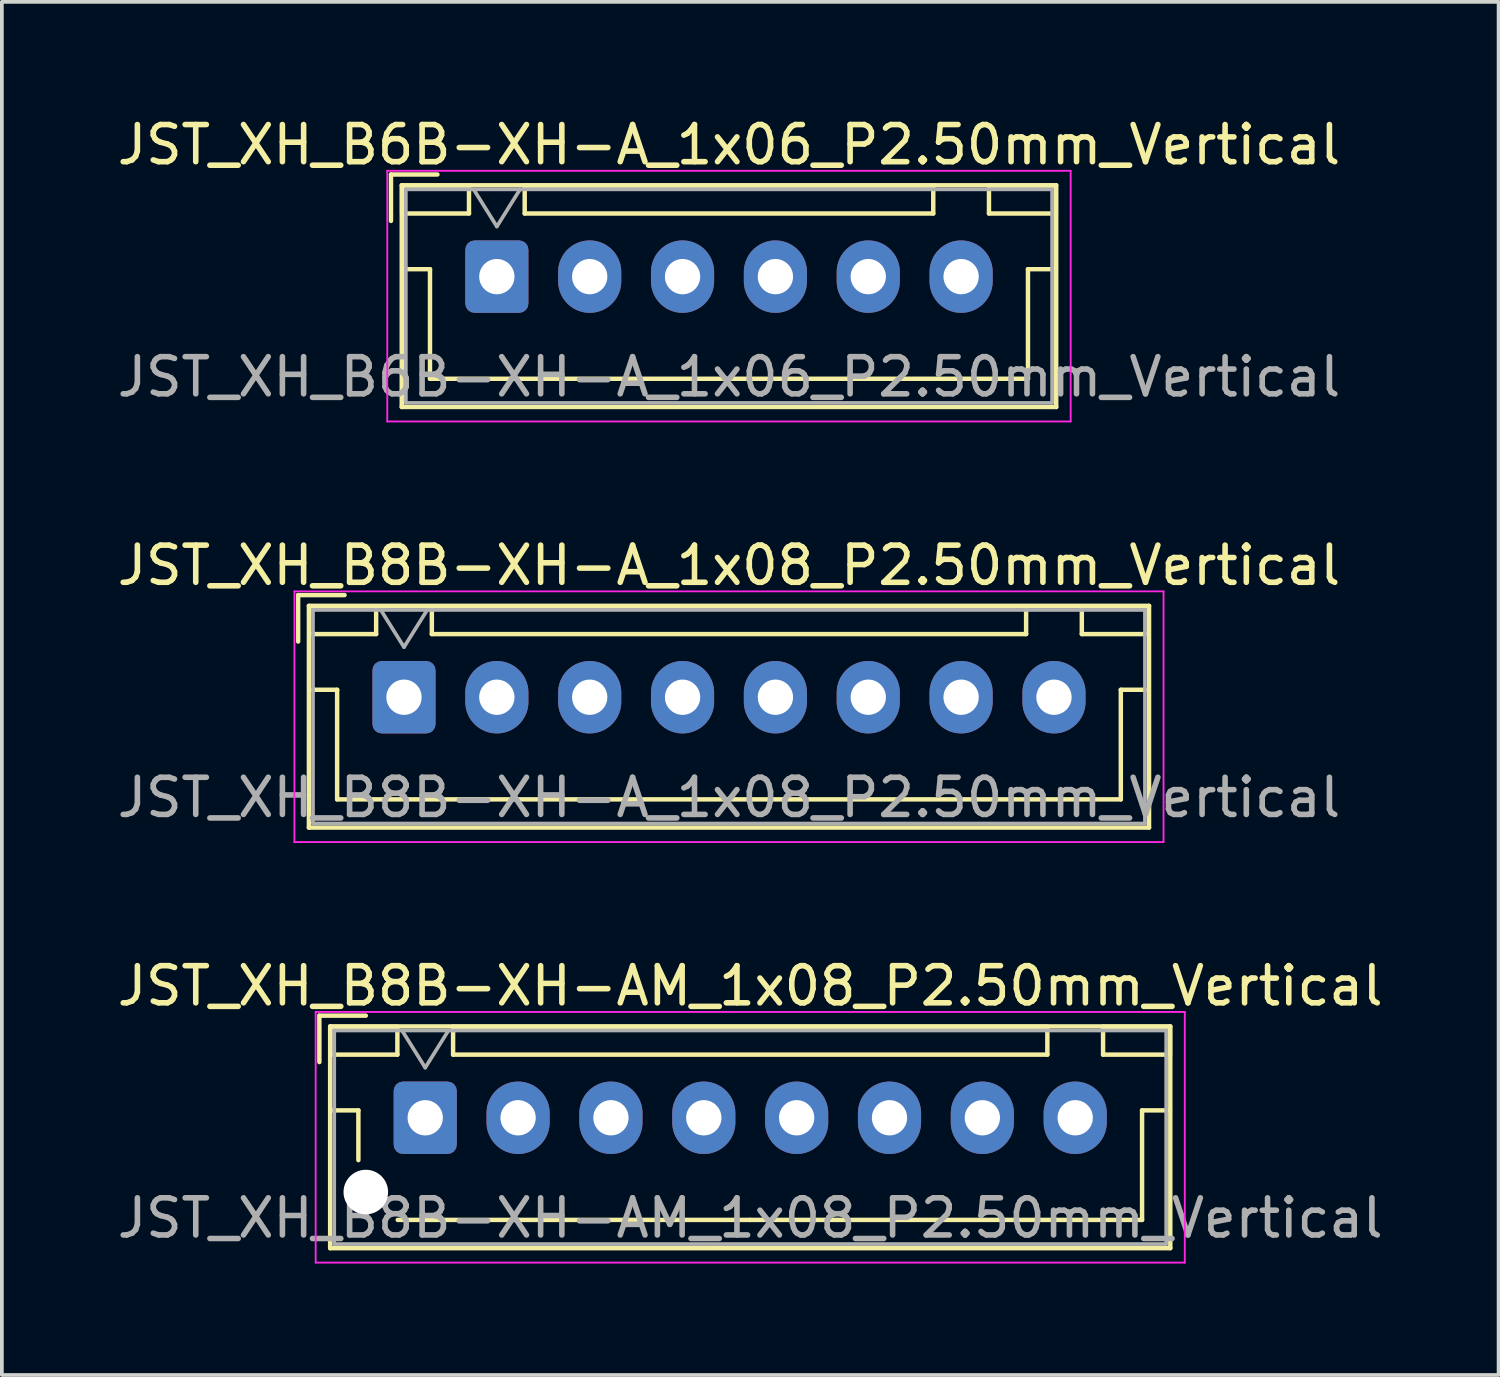
<source format=kicad_pcb>
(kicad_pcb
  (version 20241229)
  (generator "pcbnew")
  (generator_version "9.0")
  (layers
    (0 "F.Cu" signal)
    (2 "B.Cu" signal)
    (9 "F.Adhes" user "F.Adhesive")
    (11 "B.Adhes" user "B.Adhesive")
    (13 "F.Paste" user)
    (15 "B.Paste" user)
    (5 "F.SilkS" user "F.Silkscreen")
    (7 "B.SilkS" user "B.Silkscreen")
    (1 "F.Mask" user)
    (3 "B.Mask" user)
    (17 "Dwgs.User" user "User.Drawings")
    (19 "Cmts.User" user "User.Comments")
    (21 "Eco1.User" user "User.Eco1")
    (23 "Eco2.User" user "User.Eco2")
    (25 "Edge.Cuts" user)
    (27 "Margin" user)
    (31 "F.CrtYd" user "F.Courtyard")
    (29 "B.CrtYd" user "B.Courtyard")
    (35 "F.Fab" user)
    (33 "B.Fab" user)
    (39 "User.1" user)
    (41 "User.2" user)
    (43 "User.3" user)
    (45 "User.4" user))
  (footprint "JST_XH_B8B-XH-AM_1x08_P2.50mm_Vertical"
    (layer "F.Cu")
    (at 8.399 27.045)
    (property "Reference" "JST_XH_B8B-XH-AM_1x08_P2.50mm_Vertical" (at 8.75 -3.55 0) (layer "F.SilkS") (effects (font (size 1 1) (thickness 0.15))))
    (attr through_hole)
    (fp_line (start -2.85 -2.75) (end -2.85 -1.5) (stroke (width 0.12) (type solid)) (layer "F.SilkS"))
    (fp_line (start -2.56 -2.46) (end -2.56 3.51) (stroke (width 0.12) (type solid)) (layer "F.SilkS"))
    (fp_line (start -2.56 3.51) (end 20.06 3.51) (stroke (width 0.12) (type solid)) (layer "F.SilkS"))
    (fp_line (start -2.55 -2.45) (end -2.55 -1.7) (stroke (width 0.12) (type solid)) (layer "F.SilkS"))
    (fp_line (start -2.55 -1.7) (end -0.75 -1.7) (stroke (width 0.12) (type solid)) (layer "F.SilkS"))
    (fp_line (start -2.55 -0.2) (end -1.8 -0.2) (stroke (width 0.12) (type solid)) (layer "F.SilkS"))
    (fp_line (start -1.8 -0.2) (end -1.8 1.14) (stroke (width 0.12) (type solid)) (layer "F.SilkS"))
    (fp_line (start -1.6 -2.75) (end -2.85 -2.75) (stroke (width 0.12) (type solid)) (layer "F.SilkS"))
    (fp_line (start -0.75 -2.45) (end -2.55 -2.45) (stroke (width 0.12) (type solid)) (layer "F.SilkS"))
    (fp_line (start -0.75 -1.7) (end -0.75 -2.45) (stroke (width 0.12) (type solid)) (layer "F.SilkS"))
    (fp_line (start 0.75 -2.45) (end 0.75 -1.7) (stroke (width 0.12) (type solid)) (layer "F.SilkS"))
    (fp_line (start 0.75 -1.7) (end 16.75 -1.7) (stroke (width 0.12) (type solid)) (layer "F.SilkS"))
    (fp_line (start 8.75 2.75) (end -0.74 2.75) (stroke (width 0.12) (type solid)) (layer "F.SilkS"))
    (fp_line (start 16.75 -2.45) (end 0.75 -2.45) (stroke (width 0.12) (type solid)) (layer "F.SilkS"))
    (fp_line (start 16.75 -1.7) (end 16.75 -2.45) (stroke (width 0.12) (type solid)) (layer "F.SilkS"))
    (fp_line (start 18.25 -2.45) (end 18.25 -1.7) (stroke (width 0.12) (type solid)) (layer "F.SilkS"))
    (fp_line (start 18.25 -1.7) (end 20.05 -1.7) (stroke (width 0.12) (type solid)) (layer "F.SilkS"))
    (fp_line (start 19.3 -0.2) (end 19.3 2.75) (stroke (width 0.12) (type solid)) (layer "F.SilkS"))
    (fp_line (start 19.3 2.75) (end 8.75 2.75) (stroke (width 0.12) (type solid)) (layer "F.SilkS"))
    (fp_line (start 20.05 -2.45) (end 18.25 -2.45) (stroke (width 0.12) (type solid)) (layer "F.SilkS"))
    (fp_line (start 20.05 -1.7) (end 20.05 -2.45) (stroke (width 0.12) (type solid)) (layer "F.SilkS"))
    (fp_line (start 20.05 -0.2) (end 19.3 -0.2) (stroke (width 0.12) (type solid)) (layer "F.SilkS"))
    (fp_line (start 20.06 -2.46) (end -2.56 -2.46) (stroke (width 0.12) (type solid)) (layer "F.SilkS"))
    (fp_line (start 20.06 3.51) (end 20.06 -2.46) (stroke (width 0.12) (type solid)) (layer "F.SilkS"))
    (fp_line (start -2.95 -2.85) (end -2.95 3.9) (stroke (width 0.05) (type solid)) (layer "F.CrtYd"))
    (fp_line (start -2.95 3.9) (end 20.45 3.9) (stroke (width 0.05) (type solid)) (layer "F.CrtYd"))
    (fp_line (start 20.45 -2.85) (end -2.95 -2.85) (stroke (width 0.05) (type solid)) (layer "F.CrtYd"))
    (fp_line (start 20.45 3.9) (end 20.45 -2.85) (stroke (width 0.05) (type solid)) (layer "F.CrtYd"))
    (fp_line (start -2.45 -2.35) (end -2.45 3.4) (stroke (width 0.1) (type solid)) (layer "F.Fab"))
    (fp_line (start -2.45 3.4) (end 19.95 3.4) (stroke (width 0.1) (type solid)) (layer "F.Fab"))
    (fp_line (start -0.625 -2.35) (end 0 -1.35) (stroke (width 0.1) (type solid)) (layer "F.Fab"))
    (fp_line (start 0 -1.35) (end 0.625 -2.35) (stroke (width 0.1) (type solid)) (layer "F.Fab"))
    (fp_line (start 19.95 -2.35) (end -2.45 -2.35) (stroke (width 0.1) (type solid)) (layer "F.Fab"))
    (fp_line (start 19.95 3.4) (end 19.95 -2.35) (stroke (width 0.1) (type solid)) (layer "F.Fab"))
    (fp_text user "${REFERENCE}" (at 8.75 2.7 0) (layer "F.Fab") (effects (font (size 1 1) (thickness 0.15))))
    (pad "" np_thru_hole circle (at -1.6 2) (size 1.2 1.2) (drill 1.2) (layers "*.Cu" "*.Mask"))
    (pad "1" thru_hole roundrect (at 0 0) (size 1.7 1.95) (drill 0.95) (layers "*.Cu" "*.Mask") (roundrect_rratio 0.147))
    (pad "2" thru_hole oval (at 2.5 0) (size 1.7 1.95) (drill 0.95) (layers "*.Cu" "*.Mask"))
    (pad "3" thru_hole oval (at 5 0) (size 1.7 1.95) (drill 0.95) (layers "*.Cu" "*.Mask"))
    (pad "4" thru_hole oval (at 7.5 0) (size 1.7 1.95) (drill 0.95) (layers "*.Cu" "*.Mask"))
    (pad "5" thru_hole oval (at 10 0) (size 1.7 1.95) (drill 0.95) (layers "*.Cu" "*.Mask"))
    (pad "6" thru_hole oval (at 12.5 0) (size 1.7 1.95) (drill 0.95) (layers "*.Cu" "*.Mask"))
    (pad "7" thru_hole oval (at 15 0) (size 1.7 1.95) (drill 0.95) (layers "*.Cu" "*.Mask"))
    (pad "8" thru_hole oval (at 17.5 0) (size 1.7 1.95) (drill 0.95) (layers "*.Cu" "*.Mask")))
  (footprint "JST_XH_B8B-XH-A_1x08_P2.50mm_Vertical"
    (layer "F.Cu")
    (at 7.827 15.722)
    (property "Reference" "JST_XH_B8B-XH-A_1x08_P2.50mm_Vertical" (at 8.75 -3.55 0) (layer "F.SilkS") (effects (font (size 1 1) (thickness 0.15))))
    (attr through_hole)
    (fp_line (start -2.85 -2.75) (end -2.85 -1.5) (stroke (width 0.12) (type solid)) (layer "F.SilkS"))
    (fp_line (start -2.56 -2.46) (end -2.56 3.51) (stroke (width 0.12) (type solid)) (layer "F.SilkS"))
    (fp_line (start -2.56 3.51) (end 20.06 3.51) (stroke (width 0.12) (type solid)) (layer "F.SilkS"))
    (fp_line (start -2.55 -2.45) (end -2.55 -1.7) (stroke (width 0.12) (type solid)) (layer "F.SilkS"))
    (fp_line (start -2.55 -1.7) (end -0.75 -1.7) (stroke (width 0.12) (type solid)) (layer "F.SilkS"))
    (fp_line (start -2.55 -0.2) (end -1.8 -0.2) (stroke (width 0.12) (type solid)) (layer "F.SilkS"))
    (fp_line (start -1.8 -0.2) (end -1.8 2.75) (stroke (width 0.12) (type solid)) (layer "F.SilkS"))
    (fp_line (start -1.8 2.75) (end 8.75 2.75) (stroke (width 0.12) (type solid)) (layer "F.SilkS"))
    (fp_line (start -1.6 -2.75) (end -2.85 -2.75) (stroke (width 0.12) (type solid)) (layer "F.SilkS"))
    (fp_line (start -0.75 -2.45) (end -2.55 -2.45) (stroke (width 0.12) (type solid)) (layer "F.SilkS"))
    (fp_line (start -0.75 -1.7) (end -0.75 -2.45) (stroke (width 0.12) (type solid)) (layer "F.SilkS"))
    (fp_line (start 0.75 -2.45) (end 0.75 -1.7) (stroke (width 0.12) (type solid)) (layer "F.SilkS"))
    (fp_line (start 0.75 -1.7) (end 16.75 -1.7) (stroke (width 0.12) (type solid)) (layer "F.SilkS"))
    (fp_line (start 16.75 -2.45) (end 0.75 -2.45) (stroke (width 0.12) (type solid)) (layer "F.SilkS"))
    (fp_line (start 16.75 -1.7) (end 16.75 -2.45) (stroke (width 0.12) (type solid)) (layer "F.SilkS"))
    (fp_line (start 18.25 -2.45) (end 18.25 -1.7) (stroke (width 0.12) (type solid)) (layer "F.SilkS"))
    (fp_line (start 18.25 -1.7) (end 20.05 -1.7) (stroke (width 0.12) (type solid)) (layer "F.SilkS"))
    (fp_line (start 19.3 -0.2) (end 19.3 2.75) (stroke (width 0.12) (type solid)) (layer "F.SilkS"))
    (fp_line (start 19.3 2.75) (end 8.75 2.75) (stroke (width 0.12) (type solid)) (layer "F.SilkS"))
    (fp_line (start 20.05 -2.45) (end 18.25 -2.45) (stroke (width 0.12) (type solid)) (layer "F.SilkS"))
    (fp_line (start 20.05 -1.7) (end 20.05 -2.45) (stroke (width 0.12) (type solid)) (layer "F.SilkS"))
    (fp_line (start 20.05 -0.2) (end 19.3 -0.2) (stroke (width 0.12) (type solid)) (layer "F.SilkS"))
    (fp_line (start 20.06 -2.46) (end -2.56 -2.46) (stroke (width 0.12) (type solid)) (layer "F.SilkS"))
    (fp_line (start 20.06 3.51) (end 20.06 -2.46) (stroke (width 0.12) (type solid)) (layer "F.SilkS"))
    (fp_line (start -2.95 -2.85) (end -2.95 3.9) (stroke (width 0.05) (type solid)) (layer "F.CrtYd"))
    (fp_line (start -2.95 3.9) (end 20.45 3.9) (stroke (width 0.05) (type solid)) (layer "F.CrtYd"))
    (fp_line (start 20.45 -2.85) (end -2.95 -2.85) (stroke (width 0.05) (type solid)) (layer "F.CrtYd"))
    (fp_line (start 20.45 3.9) (end 20.45 -2.85) (stroke (width 0.05) (type solid)) (layer "F.CrtYd"))
    (fp_line (start -2.45 -2.35) (end -2.45 3.4) (stroke (width 0.1) (type solid)) (layer "F.Fab"))
    (fp_line (start -2.45 3.4) (end 19.95 3.4) (stroke (width 0.1) (type solid)) (layer "F.Fab"))
    (fp_line (start -0.625 -2.35) (end 0 -1.35) (stroke (width 0.1) (type solid)) (layer "F.Fab"))
    (fp_line (start 0 -1.35) (end 0.625 -2.35) (stroke (width 0.1) (type solid)) (layer "F.Fab"))
    (fp_line (start 19.95 -2.35) (end -2.45 -2.35) (stroke (width 0.1) (type solid)) (layer "F.Fab"))
    (fp_line (start 19.95 3.4) (end 19.95 -2.35) (stroke (width 0.1) (type solid)) (layer "F.Fab"))
    (fp_text user "${REFERENCE}" (at 8.75 2.7 0) (layer "F.Fab") (effects (font (size 1 1) (thickness 0.15))))
    (pad "1" thru_hole roundrect (at 0 0) (size 1.7 1.95) (drill 0.95) (layers "*.Cu" "*.Mask") (roundrect_rratio 0.147))
    (pad "2" thru_hole oval (at 2.5 0) (size 1.7 1.95) (drill 0.95) (layers "*.Cu" "*.Mask"))
    (pad "3" thru_hole oval (at 5 0) (size 1.7 1.95) (drill 0.95) (layers "*.Cu" "*.Mask"))
    (pad "4" thru_hole oval (at 7.5 0) (size 1.7 1.95) (drill 0.95) (layers "*.Cu" "*.Mask"))
    (pad "5" thru_hole oval (at 10 0) (size 1.7 1.95) (drill 0.95) (layers "*.Cu" "*.Mask"))
    (pad "6" thru_hole oval (at 12.5 0) (size 1.7 1.95) (drill 0.95) (layers "*.Cu" "*.Mask"))
    (pad "7" thru_hole oval (at 15 0) (size 1.7 1.95) (drill 0.95) (layers "*.Cu" "*.Mask"))
    (pad "8" thru_hole oval (at 17.5 0) (size 1.7 1.95) (drill 0.95) (layers "*.Cu" "*.Mask")))
  (footprint "JST_XH_B6B-XH-A_1x06_P2.50mm_Vertical"
    (layer "F.Cu")
    (at 10.327 4.398)
    (property "Reference" "JST_XH_B6B-XH-A_1x06_P2.50mm_Vertical" (at 6.25 -3.55 0) (layer "F.SilkS") (effects (font (size 1 1) (thickness 0.15))))
    (attr through_hole)
    (fp_line (start -2.85 -2.75) (end -2.85 -1.5) (stroke (width 0.12) (type solid)) (layer "F.SilkS"))
    (fp_line (start -2.56 -2.46) (end -2.56 3.51) (stroke (width 0.12) (type solid)) (layer "F.SilkS"))
    (fp_line (start -2.56 3.51) (end 15.06 3.51) (stroke (width 0.12) (type solid)) (layer "F.SilkS"))
    (fp_line (start -2.55 -2.45) (end -2.55 -1.7) (stroke (width 0.12) (type solid)) (layer "F.SilkS"))
    (fp_line (start -2.55 -1.7) (end -0.75 -1.7) (stroke (width 0.12) (type solid)) (layer "F.SilkS"))
    (fp_line (start -2.55 -0.2) (end -1.8 -0.2) (stroke (width 0.12) (type solid)) (layer "F.SilkS"))
    (fp_line (start -1.8 -0.2) (end -1.8 2.75) (stroke (width 0.12) (type solid)) (layer "F.SilkS"))
    (fp_line (start -1.8 2.75) (end 6.25 2.75) (stroke (width 0.12) (type solid)) (layer "F.SilkS"))
    (fp_line (start -1.6 -2.75) (end -2.85 -2.75) (stroke (width 0.12) (type solid)) (layer "F.SilkS"))
    (fp_line (start -0.75 -2.45) (end -2.55 -2.45) (stroke (width 0.12) (type solid)) (layer "F.SilkS"))
    (fp_line (start -0.75 -1.7) (end -0.75 -2.45) (stroke (width 0.12) (type solid)) (layer "F.SilkS"))
    (fp_line (start 0.75 -2.45) (end 0.75 -1.7) (stroke (width 0.12) (type solid)) (layer "F.SilkS"))
    (fp_line (start 0.75 -1.7) (end 11.75 -1.7) (stroke (width 0.12) (type solid)) (layer "F.SilkS"))
    (fp_line (start 11.75 -2.45) (end 0.75 -2.45) (stroke (width 0.12) (type solid)) (layer "F.SilkS"))
    (fp_line (start 11.75 -1.7) (end 11.75 -2.45) (stroke (width 0.12) (type solid)) (layer "F.SilkS"))
    (fp_line (start 13.25 -2.45) (end 13.25 -1.7) (stroke (width 0.12) (type solid)) (layer "F.SilkS"))
    (fp_line (start 13.25 -1.7) (end 15.05 -1.7) (stroke (width 0.12) (type solid)) (layer "F.SilkS"))
    (fp_line (start 14.3 -0.2) (end 14.3 2.75) (stroke (width 0.12) (type solid)) (layer "F.SilkS"))
    (fp_line (start 14.3 2.75) (end 6.25 2.75) (stroke (width 0.12) (type solid)) (layer "F.SilkS"))
    (fp_line (start 15.05 -2.45) (end 13.25 -2.45) (stroke (width 0.12) (type solid)) (layer "F.SilkS"))
    (fp_line (start 15.05 -1.7) (end 15.05 -2.45) (stroke (width 0.12) (type solid)) (layer "F.SilkS"))
    (fp_line (start 15.05 -0.2) (end 14.3 -0.2) (stroke (width 0.12) (type solid)) (layer "F.SilkS"))
    (fp_line (start 15.06 -2.46) (end -2.56 -2.46) (stroke (width 0.12) (type solid)) (layer "F.SilkS"))
    (fp_line (start 15.06 3.51) (end 15.06 -2.46) (stroke (width 0.12) (type solid)) (layer "F.SilkS"))
    (fp_line (start -2.95 -2.85) (end -2.95 3.9) (stroke (width 0.05) (type solid)) (layer "F.CrtYd"))
    (fp_line (start -2.95 3.9) (end 15.45 3.9) (stroke (width 0.05) (type solid)) (layer "F.CrtYd"))
    (fp_line (start 15.45 -2.85) (end -2.95 -2.85) (stroke (width 0.05) (type solid)) (layer "F.CrtYd"))
    (fp_line (start 15.45 3.9) (end 15.45 -2.85) (stroke (width 0.05) (type solid)) (layer "F.CrtYd"))
    (fp_line (start -2.45 -2.35) (end -2.45 3.4) (stroke (width 0.1) (type solid)) (layer "F.Fab"))
    (fp_line (start -2.45 3.4) (end 14.95 3.4) (stroke (width 0.1) (type solid)) (layer "F.Fab"))
    (fp_line (start -0.625 -2.35) (end 0 -1.35) (stroke (width 0.1) (type solid)) (layer "F.Fab"))
    (fp_line (start 0 -1.35) (end 0.625 -2.35) (stroke (width 0.1) (type solid)) (layer "F.Fab"))
    (fp_line (start 14.95 -2.35) (end -2.45 -2.35) (stroke (width 0.1) (type solid)) (layer "F.Fab"))
    (fp_line (start 14.95 3.4) (end 14.95 -2.35) (stroke (width 0.1) (type solid)) (layer "F.Fab"))
    (fp_text user "${REFERENCE}" (at 6.25 2.7 0) (layer "F.Fab") (effects (font (size 1 1) (thickness 0.15))))
    (pad "1" thru_hole roundrect (at 0 0) (size 1.7 1.95) (drill 0.95) (layers "*.Cu" "*.Mask") (roundrect_rratio 0.147))
    (pad "2" thru_hole oval (at 2.5 0) (size 1.7 1.95) (drill 0.95) (layers "*.Cu" "*.Mask"))
    (pad "3" thru_hole oval (at 5 0) (size 1.7 1.95) (drill 0.95) (layers "*.Cu" "*.Mask"))
    (pad "4" thru_hole oval (at 7.5 0) (size 1.7 1.95) (drill 0.95) (layers "*.Cu" "*.Mask"))
    (pad "5" thru_hole oval (at 10 0) (size 1.7 1.95) (drill 0.95) (layers "*.Cu" "*.Mask"))
    (pad "6" thru_hole oval (at 12.5 0) (size 1.7 1.95) (drill 0.95) (layers "*.Cu" "*.Mask")))
  (gr_rect
    (start -3 -3)
    (end 37.298 33.97)
    (stroke (width 0.1) (type default))
    (fill no)
    (layer "Edge.Cuts")))
</source>
